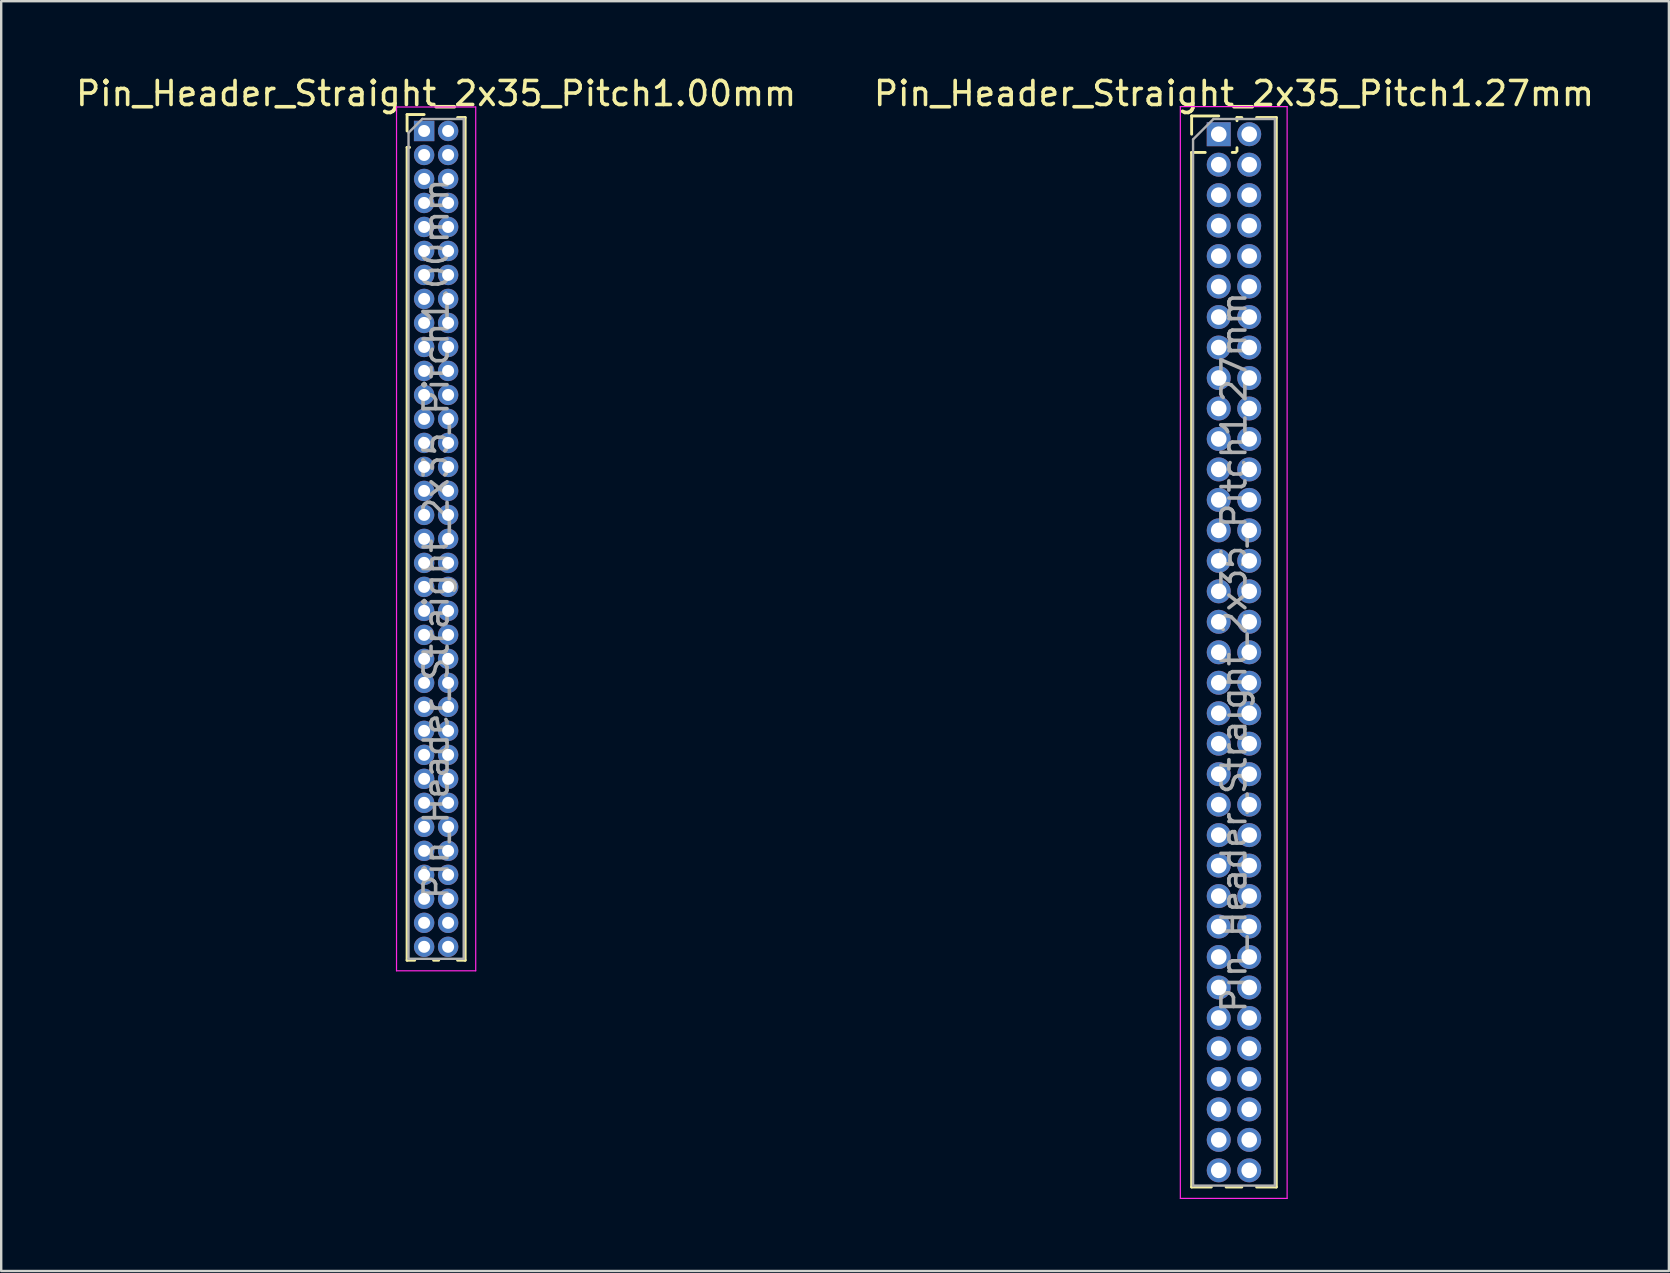
<source format=kicad_pcb>
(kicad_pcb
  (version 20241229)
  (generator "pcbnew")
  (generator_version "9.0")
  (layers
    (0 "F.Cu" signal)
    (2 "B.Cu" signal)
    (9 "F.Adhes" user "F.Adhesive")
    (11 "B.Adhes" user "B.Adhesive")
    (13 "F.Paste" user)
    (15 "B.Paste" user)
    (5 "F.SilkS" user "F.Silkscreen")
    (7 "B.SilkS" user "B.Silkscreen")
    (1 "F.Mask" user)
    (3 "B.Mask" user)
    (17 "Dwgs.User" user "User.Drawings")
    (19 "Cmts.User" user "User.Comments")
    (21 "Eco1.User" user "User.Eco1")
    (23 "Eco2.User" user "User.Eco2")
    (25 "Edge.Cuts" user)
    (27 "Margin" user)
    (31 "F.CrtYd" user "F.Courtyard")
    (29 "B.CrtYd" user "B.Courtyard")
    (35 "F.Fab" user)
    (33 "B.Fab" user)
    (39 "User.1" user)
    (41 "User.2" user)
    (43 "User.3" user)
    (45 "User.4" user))
  (footprint "Pin_Header_Straight_2x35_Pitch1.00mm"
    (layer "F.Cu")
    (at 14.625 2.408)
    (property "Reference" "Pin_Header_Straight_2x35_Pitch1.00mm" (at 0.5 -1.56 0) (layer "F.SilkS") (effects (font (size 1 1) (thickness 0.15))))
    (attr through_hole)
    (fp_line (start -0.71 -0.685) (end 0 -0.685) (stroke (width 0.12) (type solid)) (layer "F.SilkS"))
    (fp_line (start -0.71 0) (end -0.71 -0.685) (stroke (width 0.12) (type solid)) (layer "F.SilkS"))
    (fp_line (start -0.71 0.685) (end -0.71 34.56) (stroke (width 0.12) (type solid)) (layer "F.SilkS"))
    (fp_line (start -0.71 0.685) (end -0.608 0.685) (stroke (width 0.12) (type solid)) (layer "F.SilkS"))
    (fp_line (start -0.71 34.56) (end -0.394 34.56) (stroke (width 0.12) (type solid)) (layer "F.SilkS"))
    (fp_line (start 0.394 34.56) (end 0.606 34.56) (stroke (width 0.12) (type solid)) (layer "F.SilkS"))
    (fp_line (start 1.394 -0.56) (end 1.71 -0.56) (stroke (width 0.12) (type solid)) (layer "F.SilkS"))
    (fp_line (start 1.394 34.56) (end 1.71 34.56) (stroke (width 0.12) (type solid)) (layer "F.SilkS"))
    (fp_line (start 1.71 -0.56) (end 1.71 34.56) (stroke (width 0.12) (type solid)) (layer "F.SilkS"))
    (fp_line (start -1.15 -1) (end -1.15 35) (stroke (width 0.05) (type solid)) (layer "F.CrtYd"))
    (fp_line (start -1.15 35) (end 2.15 35) (stroke (width 0.05) (type solid)) (layer "F.CrtYd"))
    (fp_line (start 2.15 -1) (end -1.15 -1) (stroke (width 0.05) (type solid)) (layer "F.CrtYd"))
    (fp_line (start 2.15 35) (end 2.15 -1) (stroke (width 0.05) (type solid)) (layer "F.CrtYd"))
    (fp_line (start -0.65 0.075) (end -0.075 -0.5) (stroke (width 0.1) (type solid)) (layer "F.Fab"))
    (fp_line (start -0.65 34.5) (end -0.65 0.075) (stroke (width 0.1) (type solid)) (layer "F.Fab"))
    (fp_line (start -0.075 -0.5) (end 1.65 -0.5) (stroke (width 0.1) (type solid)) (layer "F.Fab"))
    (fp_line (start 1.65 -0.5) (end 1.65 34.5) (stroke (width 0.1) (type solid)) (layer "F.Fab"))
    (fp_line (start 1.65 34.5) (end -0.65 34.5) (stroke (width 0.1) (type solid)) (layer "F.Fab"))
    (fp_text user "${REFERENCE}" (at 0.5 17 90) (layer "F.Fab") (effects (font (size 1 1) (thickness 0.15))))
    (pad "1" thru_hole rect (at 0 0) (size 0.85 0.85) (drill 0.5) (layers "*.Cu" "*.Mask"))
    (pad "2" thru_hole oval (at 1 0) (size 0.85 0.85) (drill 0.5) (layers "*.Cu" "*.Mask"))
    (pad "3" thru_hole oval (at 0 1) (size 0.85 0.85) (drill 0.5) (layers "*.Cu" "*.Mask"))
    (pad "4" thru_hole oval (at 1 1) (size 0.85 0.85) (drill 0.5) (layers "*.Cu" "*.Mask"))
    (pad "5" thru_hole oval (at 0 2) (size 0.85 0.85) (drill 0.5) (layers "*.Cu" "*.Mask"))
    (pad "6" thru_hole oval (at 1 2) (size 0.85 0.85) (drill 0.5) (layers "*.Cu" "*.Mask"))
    (pad "7" thru_hole oval (at 0 3) (size 0.85 0.85) (drill 0.5) (layers "*.Cu" "*.Mask"))
    (pad "8" thru_hole oval (at 1 3) (size 0.85 0.85) (drill 0.5) (layers "*.Cu" "*.Mask"))
    (pad "9" thru_hole oval (at 0 4) (size 0.85 0.85) (drill 0.5) (layers "*.Cu" "*.Mask"))
    (pad "10" thru_hole oval (at 1 4) (size 0.85 0.85) (drill 0.5) (layers "*.Cu" "*.Mask"))
    (pad "11" thru_hole oval (at 0 5) (size 0.85 0.85) (drill 0.5) (layers "*.Cu" "*.Mask"))
    (pad "12" thru_hole oval (at 1 5) (size 0.85 0.85) (drill 0.5) (layers "*.Cu" "*.Mask"))
    (pad "13" thru_hole oval (at 0 6) (size 0.85 0.85) (drill 0.5) (layers "*.Cu" "*.Mask"))
    (pad "14" thru_hole oval (at 1 6) (size 0.85 0.85) (drill 0.5) (layers "*.Cu" "*.Mask"))
    (pad "15" thru_hole oval (at 0 7) (size 0.85 0.85) (drill 0.5) (layers "*.Cu" "*.Mask"))
    (pad "16" thru_hole oval (at 1 7) (size 0.85 0.85) (drill 0.5) (layers "*.Cu" "*.Mask"))
    (pad "17" thru_hole oval (at 0 8) (size 0.85 0.85) (drill 0.5) (layers "*.Cu" "*.Mask"))
    (pad "18" thru_hole oval (at 1 8) (size 0.85 0.85) (drill 0.5) (layers "*.Cu" "*.Mask"))
    (pad "19" thru_hole oval (at 0 9) (size 0.85 0.85) (drill 0.5) (layers "*.Cu" "*.Mask"))
    (pad "20" thru_hole oval (at 1 9) (size 0.85 0.85) (drill 0.5) (layers "*.Cu" "*.Mask"))
    (pad "21" thru_hole oval (at 0 10) (size 0.85 0.85) (drill 0.5) (layers "*.Cu" "*.Mask"))
    (pad "22" thru_hole oval (at 1 10) (size 0.85 0.85) (drill 0.5) (layers "*.Cu" "*.Mask"))
    (pad "23" thru_hole oval (at 0 11) (size 0.85 0.85) (drill 0.5) (layers "*.Cu" "*.Mask"))
    (pad "24" thru_hole oval (at 1 11) (size 0.85 0.85) (drill 0.5) (layers "*.Cu" "*.Mask"))
    (pad "25" thru_hole oval (at 0 12) (size 0.85 0.85) (drill 0.5) (layers "*.Cu" "*.Mask"))
    (pad "26" thru_hole oval (at 1 12) (size 0.85 0.85) (drill 0.5) (layers "*.Cu" "*.Mask"))
    (pad "27" thru_hole oval (at 0 13) (size 0.85 0.85) (drill 0.5) (layers "*.Cu" "*.Mask"))
    (pad "28" thru_hole oval (at 1 13) (size 0.85 0.85) (drill 0.5) (layers "*.Cu" "*.Mask"))
    (pad "29" thru_hole oval (at 0 14) (size 0.85 0.85) (drill 0.5) (layers "*.Cu" "*.Mask"))
    (pad "30" thru_hole oval (at 1 14) (size 0.85 0.85) (drill 0.5) (layers "*.Cu" "*.Mask"))
    (pad "31" thru_hole oval (at 0 15) (size 0.85 0.85) (drill 0.5) (layers "*.Cu" "*.Mask"))
    (pad "32" thru_hole oval (at 1 15) (size 0.85 0.85) (drill 0.5) (layers "*.Cu" "*.Mask"))
    (pad "33" thru_hole oval (at 0 16) (size 0.85 0.85) (drill 0.5) (layers "*.Cu" "*.Mask"))
    (pad "34" thru_hole oval (at 1 16) (size 0.85 0.85) (drill 0.5) (layers "*.Cu" "*.Mask"))
    (pad "35" thru_hole oval (at 0 17) (size 0.85 0.85) (drill 0.5) (layers "*.Cu" "*.Mask"))
    (pad "36" thru_hole oval (at 1 17) (size 0.85 0.85) (drill 0.5) (layers "*.Cu" "*.Mask"))
    (pad "37" thru_hole oval (at 0 18) (size 0.85 0.85) (drill 0.5) (layers "*.Cu" "*.Mask"))
    (pad "38" thru_hole oval (at 1 18) (size 0.85 0.85) (drill 0.5) (layers "*.Cu" "*.Mask"))
    (pad "39" thru_hole oval (at 0 19) (size 0.85 0.85) (drill 0.5) (layers "*.Cu" "*.Mask"))
    (pad "40" thru_hole oval (at 1 19) (size 0.85 0.85) (drill 0.5) (layers "*.Cu" "*.Mask"))
    (pad "41" thru_hole oval (at 0 20) (size 0.85 0.85) (drill 0.5) (layers "*.Cu" "*.Mask"))
    (pad "42" thru_hole oval (at 1 20) (size 0.85 0.85) (drill 0.5) (layers "*.Cu" "*.Mask"))
    (pad "43" thru_hole oval (at 0 21) (size 0.85 0.85) (drill 0.5) (layers "*.Cu" "*.Mask"))
    (pad "44" thru_hole oval (at 1 21) (size 0.85 0.85) (drill 0.5) (layers "*.Cu" "*.Mask"))
    (pad "45" thru_hole oval (at 0 22) (size 0.85 0.85) (drill 0.5) (layers "*.Cu" "*.Mask"))
    (pad "46" thru_hole oval (at 1 22) (size 0.85 0.85) (drill 0.5) (layers "*.Cu" "*.Mask"))
    (pad "47" thru_hole oval (at 0 23) (size 0.85 0.85) (drill 0.5) (layers "*.Cu" "*.Mask"))
    (pad "48" thru_hole oval (at 1 23) (size 0.85 0.85) (drill 0.5) (layers "*.Cu" "*.Mask"))
    (pad "49" thru_hole oval (at 0 24) (size 0.85 0.85) (drill 0.5) (layers "*.Cu" "*.Mask"))
    (pad "50" thru_hole oval (at 1 24) (size 0.85 0.85) (drill 0.5) (layers "*.Cu" "*.Mask"))
    (pad "51" thru_hole oval (at 0 25) (size 0.85 0.85) (drill 0.5) (layers "*.Cu" "*.Mask"))
    (pad "52" thru_hole oval (at 1 25) (size 0.85 0.85) (drill 0.5) (layers "*.Cu" "*.Mask"))
    (pad "53" thru_hole oval (at 0 26) (size 0.85 0.85) (drill 0.5) (layers "*.Cu" "*.Mask"))
    (pad "54" thru_hole oval (at 1 26) (size 0.85 0.85) (drill 0.5) (layers "*.Cu" "*.Mask"))
    (pad "55" thru_hole oval (at 0 27) (size 0.85 0.85) (drill 0.5) (layers "*.Cu" "*.Mask"))
    (pad "56" thru_hole oval (at 1 27) (size 0.85 0.85) (drill 0.5) (layers "*.Cu" "*.Mask"))
    (pad "57" thru_hole oval (at 0 28) (size 0.85 0.85) (drill 0.5) (layers "*.Cu" "*.Mask"))
    (pad "58" thru_hole oval (at 1 28) (size 0.85 0.85) (drill 0.5) (layers "*.Cu" "*.Mask"))
    (pad "59" thru_hole oval (at 0 29) (size 0.85 0.85) (drill 0.5) (layers "*.Cu" "*.Mask"))
    (pad "60" thru_hole oval (at 1 29) (size 0.85 0.85) (drill 0.5) (layers "*.Cu" "*.Mask"))
    (pad "61" thru_hole oval (at 0 30) (size 0.85 0.85) (drill 0.5) (layers "*.Cu" "*.Mask"))
    (pad "62" thru_hole oval (at 1 30) (size 0.85 0.85) (drill 0.5) (layers "*.Cu" "*.Mask"))
    (pad "63" thru_hole oval (at 0 31) (size 0.85 0.85) (drill 0.5) (layers "*.Cu" "*.Mask"))
    (pad "64" thru_hole oval (at 1 31) (size 0.85 0.85) (drill 0.5) (layers "*.Cu" "*.Mask"))
    (pad "65" thru_hole oval (at 0 32) (size 0.85 0.85) (drill 0.5) (layers "*.Cu" "*.Mask"))
    (pad "66" thru_hole oval (at 1 32) (size 0.85 0.85) (drill 0.5) (layers "*.Cu" "*.Mask"))
    (pad "67" thru_hole oval (at 0 33) (size 0.85 0.85) (drill 0.5) (layers "*.Cu" "*.Mask"))
    (pad "68" thru_hole oval (at 1 33) (size 0.85 0.85) (drill 0.5) (layers "*.Cu" "*.Mask"))
    (pad "69" thru_hole oval (at 0 34) (size 0.85 0.85) (drill 0.5) (layers "*.Cu" "*.Mask"))
    (pad "70" thru_hole oval (at 1 34) (size 0.85 0.85) (drill 0.5) (layers "*.Cu" "*.Mask")))
  (footprint "Pin_Header_Straight_2x35_Pitch1.27mm"
    (layer "F.Cu")
    (at 47.74 2.543)
    (property "Reference" "Pin_Header_Straight_2x35_Pitch1.27mm" (at 0.635 -1.695 0) (layer "F.SilkS") (effects (font (size 1 1) (thickness 0.15))))
    (attr through_hole)
    (fp_line (start -1.13 -0.76) (end 0 -0.76) (stroke (width 0.12) (type solid)) (layer "F.SilkS"))
    (fp_line (start -1.13 0) (end -1.13 -0.76) (stroke (width 0.12) (type solid)) (layer "F.SilkS"))
    (fp_line (start -1.13 0.76) (end -1.13 43.875) (stroke (width 0.12) (type solid)) (layer "F.SilkS"))
    (fp_line (start -1.13 0.76) (end -0.563 0.76) (stroke (width 0.12) (type solid)) (layer "F.SilkS"))
    (fp_line (start -1.13 43.875) (end -0.308 43.875) (stroke (width 0.12) (type solid)) (layer "F.SilkS"))
    (fp_line (start 0.308 43.875) (end 0.962 43.875) (stroke (width 0.12) (type solid)) (layer "F.SilkS"))
    (fp_line (start 0.563 0.76) (end 0.707 0.76) (stroke (width 0.12) (type solid)) (layer "F.SilkS"))
    (fp_line (start 0.76 -0.695) (end 0.962 -0.695) (stroke (width 0.12) (type solid)) (layer "F.SilkS"))
    (fp_line (start 0.76 -0.563) (end 0.76 -0.695) (stroke (width 0.12) (type solid)) (layer "F.SilkS"))
    (fp_line (start 0.76 0.707) (end 0.76 0.563) (stroke (width 0.12) (type solid)) (layer "F.SilkS"))
    (fp_line (start 1.578 -0.695) (end 2.4 -0.695) (stroke (width 0.12) (type solid)) (layer "F.SilkS"))
    (fp_line (start 1.578 43.875) (end 2.4 43.875) (stroke (width 0.12) (type solid)) (layer "F.SilkS"))
    (fp_line (start 2.4 -0.695) (end 2.4 43.875) (stroke (width 0.12) (type solid)) (layer "F.SilkS"))
    (fp_line (start -1.6 -1.15) (end -1.6 44.35) (stroke (width 0.05) (type solid)) (layer "F.CrtYd"))
    (fp_line (start -1.6 44.35) (end 2.85 44.35) (stroke (width 0.05) (type solid)) (layer "F.CrtYd"))
    (fp_line (start 2.85 -1.15) (end -1.6 -1.15) (stroke (width 0.05) (type solid)) (layer "F.CrtYd"))
    (fp_line (start 2.85 44.35) (end 2.85 -1.15) (stroke (width 0.05) (type solid)) (layer "F.CrtYd"))
    (fp_line (start -1.07 0.217) (end -0.217 -0.635) (stroke (width 0.1) (type solid)) (layer "F.Fab"))
    (fp_line (start -1.07 43.815) (end -1.07 0.217) (stroke (width 0.1) (type solid)) (layer "F.Fab"))
    (fp_line (start -0.217 -0.635) (end 2.34 -0.635) (stroke (width 0.1) (type solid)) (layer "F.Fab"))
    (fp_line (start 2.34 -0.635) (end 2.34 43.815) (stroke (width 0.1) (type solid)) (layer "F.Fab"))
    (fp_line (start 2.34 43.815) (end -1.07 43.815) (stroke (width 0.1) (type solid)) (layer "F.Fab"))
    (fp_text user "${REFERENCE}" (at 0.635 21.59 90) (layer "F.Fab") (effects (font (size 1 1) (thickness 0.15))))
    (pad "1" thru_hole rect (at 0 0) (size 1 1) (drill 0.65) (layers "*.Cu" "*.Mask"))
    (pad "2" thru_hole oval (at 1.27 0) (size 1 1) (drill 0.65) (layers "*.Cu" "*.Mask"))
    (pad "3" thru_hole oval (at 0 1.27) (size 1 1) (drill 0.65) (layers "*.Cu" "*.Mask"))
    (pad "4" thru_hole oval (at 1.27 1.27) (size 1 1) (drill 0.65) (layers "*.Cu" "*.Mask"))
    (pad "5" thru_hole oval (at 0 2.54) (size 1 1) (drill 0.65) (layers "*.Cu" "*.Mask"))
    (pad "6" thru_hole oval (at 1.27 2.54) (size 1 1) (drill 0.65) (layers "*.Cu" "*.Mask"))
    (pad "7" thru_hole oval (at 0 3.81) (size 1 1) (drill 0.65) (layers "*.Cu" "*.Mask"))
    (pad "8" thru_hole oval (at 1.27 3.81) (size 1 1) (drill 0.65) (layers "*.Cu" "*.Mask"))
    (pad "9" thru_hole oval (at 0 5.08) (size 1 1) (drill 0.65) (layers "*.Cu" "*.Mask"))
    (pad "10" thru_hole oval (at 1.27 5.08) (size 1 1) (drill 0.65) (layers "*.Cu" "*.Mask"))
    (pad "11" thru_hole oval (at 0 6.35) (size 1 1) (drill 0.65) (layers "*.Cu" "*.Mask"))
    (pad "12" thru_hole oval (at 1.27 6.35) (size 1 1) (drill 0.65) (layers "*.Cu" "*.Mask"))
    (pad "13" thru_hole oval (at 0 7.62) (size 1 1) (drill 0.65) (layers "*.Cu" "*.Mask"))
    (pad "14" thru_hole oval (at 1.27 7.62) (size 1 1) (drill 0.65) (layers "*.Cu" "*.Mask"))
    (pad "15" thru_hole oval (at 0 8.89) (size 1 1) (drill 0.65) (layers "*.Cu" "*.Mask"))
    (pad "16" thru_hole oval (at 1.27 8.89) (size 1 1) (drill 0.65) (layers "*.Cu" "*.Mask"))
    (pad "17" thru_hole oval (at 0 10.16) (size 1 1) (drill 0.65) (layers "*.Cu" "*.Mask"))
    (pad "18" thru_hole oval (at 1.27 10.16) (size 1 1) (drill 0.65) (layers "*.Cu" "*.Mask"))
    (pad "19" thru_hole oval (at 0 11.43) (size 1 1) (drill 0.65) (layers "*.Cu" "*.Mask"))
    (pad "20" thru_hole oval (at 1.27 11.43) (size 1 1) (drill 0.65) (layers "*.Cu" "*.Mask"))
    (pad "21" thru_hole oval (at 0 12.7) (size 1 1) (drill 0.65) (layers "*.Cu" "*.Mask"))
    (pad "22" thru_hole oval (at 1.27 12.7) (size 1 1) (drill 0.65) (layers "*.Cu" "*.Mask"))
    (pad "23" thru_hole oval (at 0 13.97) (size 1 1) (drill 0.65) (layers "*.Cu" "*.Mask"))
    (pad "24" thru_hole oval (at 1.27 13.97) (size 1 1) (drill 0.65) (layers "*.Cu" "*.Mask"))
    (pad "25" thru_hole oval (at 0 15.24) (size 1 1) (drill 0.65) (layers "*.Cu" "*.Mask"))
    (pad "26" thru_hole oval (at 1.27 15.24) (size 1 1) (drill 0.65) (layers "*.Cu" "*.Mask"))
    (pad "27" thru_hole oval (at 0 16.51) (size 1 1) (drill 0.65) (layers "*.Cu" "*.Mask"))
    (pad "28" thru_hole oval (at 1.27 16.51) (size 1 1) (drill 0.65) (layers "*.Cu" "*.Mask"))
    (pad "29" thru_hole oval (at 0 17.78) (size 1 1) (drill 0.65) (layers "*.Cu" "*.Mask"))
    (pad "30" thru_hole oval (at 1.27 17.78) (size 1 1) (drill 0.65) (layers "*.Cu" "*.Mask"))
    (pad "31" thru_hole oval (at 0 19.05) (size 1 1) (drill 0.65) (layers "*.Cu" "*.Mask"))
    (pad "32" thru_hole oval (at 1.27 19.05) (size 1 1) (drill 0.65) (layers "*.Cu" "*.Mask"))
    (pad "33" thru_hole oval (at 0 20.32) (size 1 1) (drill 0.65) (layers "*.Cu" "*.Mask"))
    (pad "34" thru_hole oval (at 1.27 20.32) (size 1 1) (drill 0.65) (layers "*.Cu" "*.Mask"))
    (pad "35" thru_hole oval (at 0 21.59) (size 1 1) (drill 0.65) (layers "*.Cu" "*.Mask"))
    (pad "36" thru_hole oval (at 1.27 21.59) (size 1 1) (drill 0.65) (layers "*.Cu" "*.Mask"))
    (pad "37" thru_hole oval (at 0 22.86) (size 1 1) (drill 0.65) (layers "*.Cu" "*.Mask"))
    (pad "38" thru_hole oval (at 1.27 22.86) (size 1 1) (drill 0.65) (layers "*.Cu" "*.Mask"))
    (pad "39" thru_hole oval (at 0 24.13) (size 1 1) (drill 0.65) (layers "*.Cu" "*.Mask"))
    (pad "40" thru_hole oval (at 1.27 24.13) (size 1 1) (drill 0.65) (layers "*.Cu" "*.Mask"))
    (pad "41" thru_hole oval (at 0 25.4) (size 1 1) (drill 0.65) (layers "*.Cu" "*.Mask"))
    (pad "42" thru_hole oval (at 1.27 25.4) (size 1 1) (drill 0.65) (layers "*.Cu" "*.Mask"))
    (pad "43" thru_hole oval (at 0 26.67) (size 1 1) (drill 0.65) (layers "*.Cu" "*.Mask"))
    (pad "44" thru_hole oval (at 1.27 26.67) (size 1 1) (drill 0.65) (layers "*.Cu" "*.Mask"))
    (pad "45" thru_hole oval (at 0 27.94) (size 1 1) (drill 0.65) (layers "*.Cu" "*.Mask"))
    (pad "46" thru_hole oval (at 1.27 27.94) (size 1 1) (drill 0.65) (layers "*.Cu" "*.Mask"))
    (pad "47" thru_hole oval (at 0 29.21) (size 1 1) (drill 0.65) (layers "*.Cu" "*.Mask"))
    (pad "48" thru_hole oval (at 1.27 29.21) (size 1 1) (drill 0.65) (layers "*.Cu" "*.Mask"))
    (pad "49" thru_hole oval (at 0 30.48) (size 1 1) (drill 0.65) (layers "*.Cu" "*.Mask"))
    (pad "50" thru_hole oval (at 1.27 30.48) (size 1 1) (drill 0.65) (layers "*.Cu" "*.Mask"))
    (pad "51" thru_hole oval (at 0 31.75) (size 1 1) (drill 0.65) (layers "*.Cu" "*.Mask"))
    (pad "52" thru_hole oval (at 1.27 31.75) (size 1 1) (drill 0.65) (layers "*.Cu" "*.Mask"))
    (pad "53" thru_hole oval (at 0 33.02) (size 1 1) (drill 0.65) (layers "*.Cu" "*.Mask"))
    (pad "54" thru_hole oval (at 1.27 33.02) (size 1 1) (drill 0.65) (layers "*.Cu" "*.Mask"))
    (pad "55" thru_hole oval (at 0 34.29) (size 1 1) (drill 0.65) (layers "*.Cu" "*.Mask"))
    (pad "56" thru_hole oval (at 1.27 34.29) (size 1 1) (drill 0.65) (layers "*.Cu" "*.Mask"))
    (pad "57" thru_hole oval (at 0 35.56) (size 1 1) (drill 0.65) (layers "*.Cu" "*.Mask"))
    (pad "58" thru_hole oval (at 1.27 35.56) (size 1 1) (drill 0.65) (layers "*.Cu" "*.Mask"))
    (pad "59" thru_hole oval (at 0 36.83) (size 1 1) (drill 0.65) (layers "*.Cu" "*.Mask"))
    (pad "60" thru_hole oval (at 1.27 36.83) (size 1 1) (drill 0.65) (layers "*.Cu" "*.Mask"))
    (pad "61" thru_hole oval (at 0 38.1) (size 1 1) (drill 0.65) (layers "*.Cu" "*.Mask"))
    (pad "62" thru_hole oval (at 1.27 38.1) (size 1 1) (drill 0.65) (layers "*.Cu" "*.Mask"))
    (pad "63" thru_hole oval (at 0 39.37) (size 1 1) (drill 0.65) (layers "*.Cu" "*.Mask"))
    (pad "64" thru_hole oval (at 1.27 39.37) (size 1 1) (drill 0.65) (layers "*.Cu" "*.Mask"))
    (pad "65" thru_hole oval (at 0 40.64) (size 1 1) (drill 0.65) (layers "*.Cu" "*.Mask"))
    (pad "66" thru_hole oval (at 1.27 40.64) (size 1 1) (drill 0.65) (layers "*.Cu" "*.Mask"))
    (pad "67" thru_hole oval (at 0 41.91) (size 1 1) (drill 0.65) (layers "*.Cu" "*.Mask"))
    (pad "68" thru_hole oval (at 1.27 41.91) (size 1 1) (drill 0.65) (layers "*.Cu" "*.Mask"))
    (pad "69" thru_hole oval (at 0 43.18) (size 1 1) (drill 0.65) (layers "*.Cu" "*.Mask"))
    (pad "70" thru_hole oval (at 1.27 43.18) (size 1 1) (drill 0.65) (layers "*.Cu" "*.Mask")))
  (gr_rect
    (start -3 -3)
    (end 66.5 49.918)
    (stroke (width 0.1) (type default))
    (fill no)
    (layer "Edge.Cuts")))
</source>
